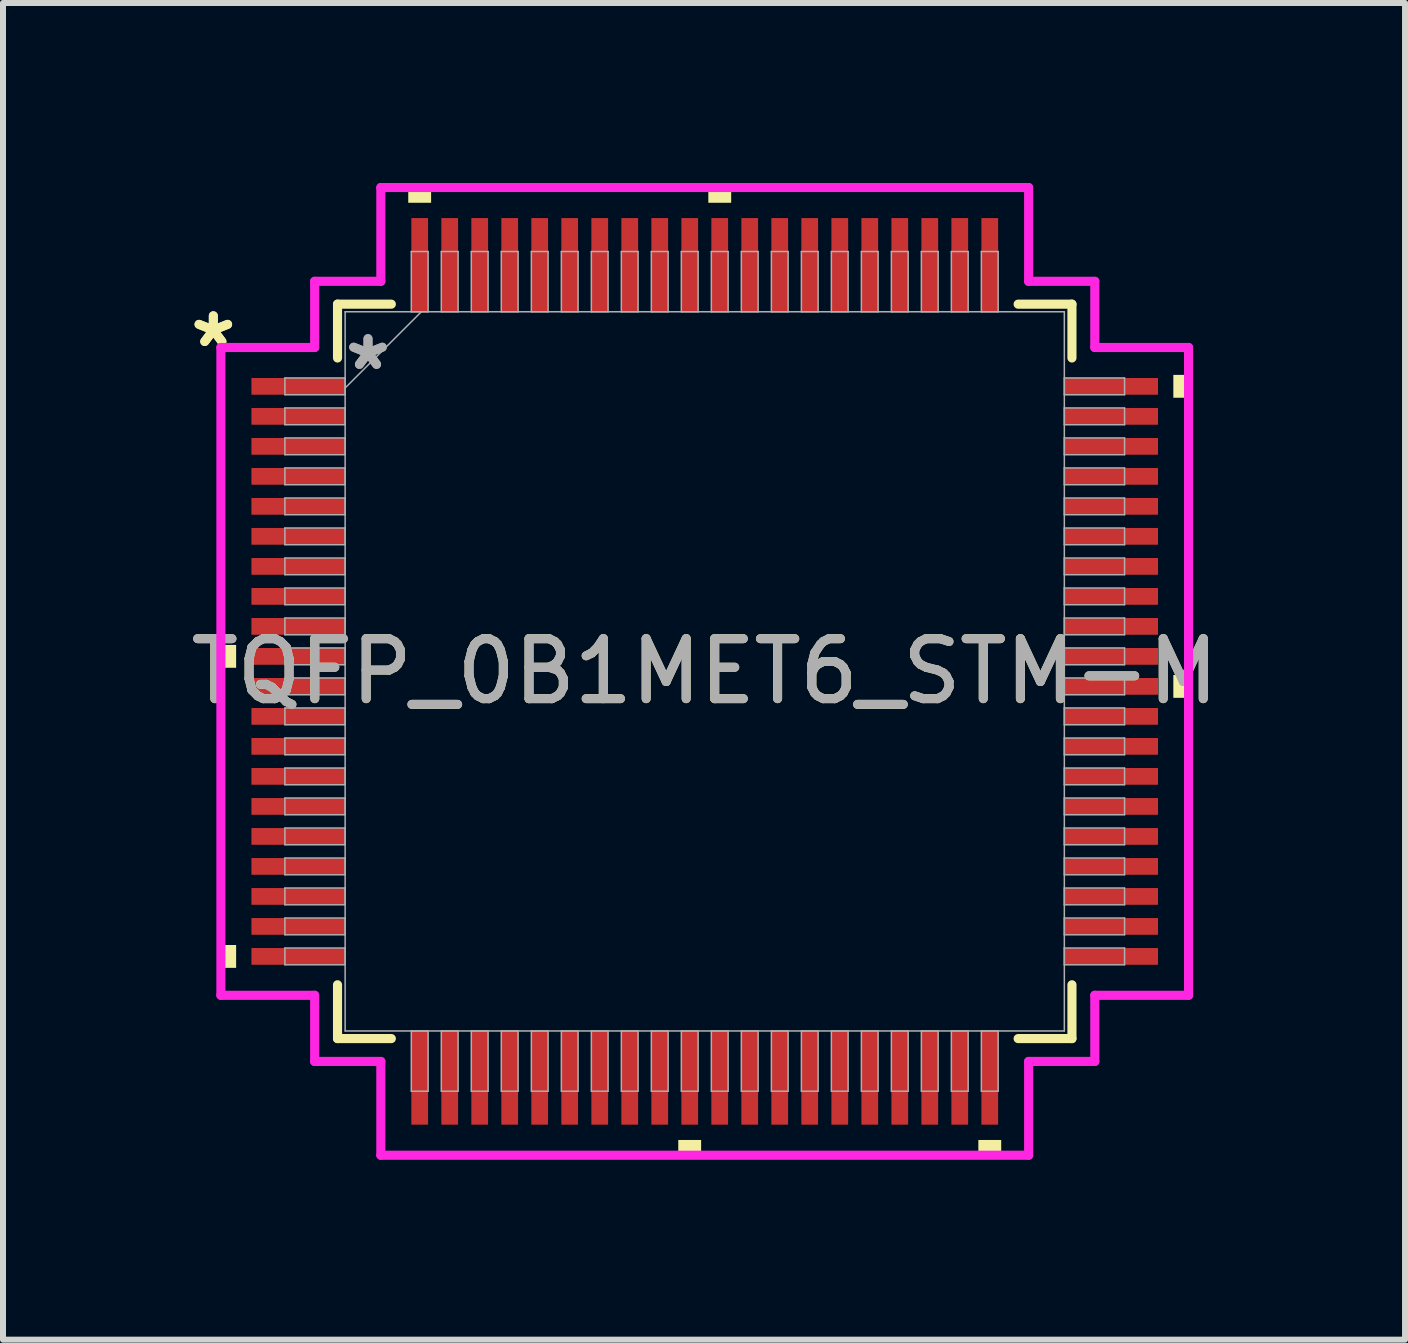
<source format=kicad_pcb>
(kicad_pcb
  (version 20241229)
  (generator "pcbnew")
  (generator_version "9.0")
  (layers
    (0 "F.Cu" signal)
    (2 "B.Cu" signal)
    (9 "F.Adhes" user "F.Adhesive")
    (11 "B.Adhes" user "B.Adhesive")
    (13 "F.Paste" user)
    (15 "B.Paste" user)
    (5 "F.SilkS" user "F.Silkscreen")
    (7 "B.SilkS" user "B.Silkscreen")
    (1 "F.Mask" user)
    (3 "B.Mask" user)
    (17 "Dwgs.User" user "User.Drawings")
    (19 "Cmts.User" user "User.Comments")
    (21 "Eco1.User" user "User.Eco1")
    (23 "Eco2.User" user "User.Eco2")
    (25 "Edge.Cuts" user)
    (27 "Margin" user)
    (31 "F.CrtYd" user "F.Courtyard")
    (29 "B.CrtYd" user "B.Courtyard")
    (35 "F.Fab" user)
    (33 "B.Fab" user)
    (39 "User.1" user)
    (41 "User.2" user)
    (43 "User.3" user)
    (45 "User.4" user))
  (footprint "TQFP_0B1MET6_STM-M"
    (layer "F.Cu")
    (at 8.697 8.141)
    (property "Reference" "TQFP_0B1MET6_STM-M" (at 0 0 0) (unlocked yes) (layer "F.SilkS") (effects (font (size 1 1) (thickness 0.15))))
    (attr smd)
    (fp_line (start -6.121 -6.121) (end -6.121 -5.224) (stroke (width 0.152) (type solid)) (layer "F.SilkS"))
    (fp_line (start -6.121 5.224) (end -6.121 6.121) (stroke (width 0.152) (type solid)) (layer "F.SilkS"))
    (fp_line (start -6.121 6.121) (end -5.224 6.121) (stroke (width 0.152) (type solid)) (layer "F.SilkS"))
    (fp_line (start -5.224 -6.121) (end -6.121 -6.121) (stroke (width 0.152) (type solid)) (layer "F.SilkS"))
    (fp_line (start 5.224 6.121) (end 6.121 6.121) (stroke (width 0.152) (type solid)) (layer "F.SilkS"))
    (fp_line (start 6.121 -6.121) (end 5.224 -6.121) (stroke (width 0.152) (type solid)) (layer "F.SilkS"))
    (fp_line (start 6.121 -5.224) (end 6.121 -6.121) (stroke (width 0.152) (type solid)) (layer "F.SilkS"))
    (fp_line (start 6.121 6.121) (end 6.121 5.224) (stroke (width 0.152) (type solid)) (layer "F.SilkS"))
    (fp_poly (pts (xy -8.065 -0.441) (xy -8.065 -0.06) (xy -7.811 -0.06) (xy -7.811 -0.441)) (stroke (width 0) (type solid)) (fill yes) (layer "F.SilkS"))
    (fp_poly (pts (xy -8.065 4.561) (xy -8.065 4.942) (xy -7.811 4.942) (xy -7.811 4.561)) (stroke (width 0) (type solid)) (fill yes) (layer "F.SilkS"))
    (fp_poly (pts (xy -4.942 -7.811) (xy -4.942 -8.065) (xy -4.561 -8.065) (xy -4.561 -7.811)) (stroke (width 0) (type solid)) (fill yes) (layer "F.SilkS"))
    (fp_poly (pts (xy -0.441 7.811) (xy -0.441 8.065) (xy -0.06 8.065) (xy -0.06 7.811)) (stroke (width 0) (type solid)) (fill yes) (layer "F.SilkS"))
    (fp_poly (pts (xy 0.06 -7.811) (xy 0.06 -8.065) (xy 0.441 -8.065) (xy 0.441 -7.811)) (stroke (width 0) (type solid)) (fill yes) (layer "F.SilkS"))
    (fp_poly (pts (xy 4.561 7.811) (xy 4.561 8.065) (xy 4.942 8.065) (xy 4.942 7.811)) (stroke (width 0) (type solid)) (fill yes) (layer "F.SilkS"))
    (fp_poly (pts (xy 8.065 -4.942) (xy 8.065 -4.561) (xy 7.811 -4.561) (xy 7.811 -4.942)) (stroke (width 0) (type solid)) (fill yes) (layer "F.SilkS"))
    (fp_poly (pts (xy 8.065 0.06) (xy 8.065 0.441) (xy 7.811 0.441) (xy 7.811 0.06)) (stroke (width 0) (type solid)) (fill yes) (layer "F.SilkS"))
    (fp_line (start -8.065 -5.399) (end -6.502 -5.399) (stroke (width 0.152) (type solid)) (layer "F.CrtYd"))
    (fp_line (start -8.065 5.399) (end -8.065 -5.399) (stroke (width 0.152) (type solid)) (layer "F.CrtYd"))
    (fp_line (start -6.502 -6.502) (end -5.399 -6.502) (stroke (width 0.152) (type solid)) (layer "F.CrtYd"))
    (fp_line (start -6.502 -5.399) (end -6.502 -6.502) (stroke (width 0.152) (type solid)) (layer "F.CrtYd"))
    (fp_line (start -6.502 5.399) (end -8.065 5.399) (stroke (width 0.152) (type solid)) (layer "F.CrtYd"))
    (fp_line (start -6.502 6.502) (end -6.502 5.399) (stroke (width 0.152) (type solid)) (layer "F.CrtYd"))
    (fp_line (start -6.502 6.502) (end -5.399 6.502) (stroke (width 0.152) (type solid)) (layer "F.CrtYd"))
    (fp_line (start -5.399 -8.065) (end 5.399 -8.065) (stroke (width 0.152) (type solid)) (layer "F.CrtYd"))
    (fp_line (start -5.399 -6.502) (end -5.399 -8.065) (stroke (width 0.152) (type solid)) (layer "F.CrtYd"))
    (fp_line (start -5.399 6.502) (end -5.399 8.065) (stroke (width 0.152) (type solid)) (layer "F.CrtYd"))
    (fp_line (start -5.399 8.065) (end 5.399 8.065) (stroke (width 0.152) (type solid)) (layer "F.CrtYd"))
    (fp_line (start 5.399 -8.065) (end 5.399 -6.502) (stroke (width 0.152) (type solid)) (layer "F.CrtYd"))
    (fp_line (start 5.399 -6.502) (end 6.502 -6.502) (stroke (width 0.152) (type solid)) (layer "F.CrtYd"))
    (fp_line (start 5.399 6.502) (end 6.502 6.502) (stroke (width 0.152) (type solid)) (layer "F.CrtYd"))
    (fp_line (start 5.399 8.065) (end 5.399 6.502) (stroke (width 0.152) (type solid)) (layer "F.CrtYd"))
    (fp_line (start 6.502 -5.399) (end 6.502 -6.502) (stroke (width 0.152) (type solid)) (layer "F.CrtYd"))
    (fp_line (start 6.502 5.399) (end 8.065 5.399) (stroke (width 0.152) (type solid)) (layer "F.CrtYd"))
    (fp_line (start 6.502 6.502) (end 6.502 5.399) (stroke (width 0.152) (type solid)) (layer "F.CrtYd"))
    (fp_line (start 8.065 -5.399) (end 6.502 -5.399) (stroke (width 0.152) (type solid)) (layer "F.CrtYd"))
    (fp_line (start 8.065 5.399) (end 8.065 -5.399) (stroke (width 0.152) (type solid)) (layer "F.CrtYd"))
    (fp_line (start -6.998 -4.891) (end -6.998 -4.611) (stroke (width 0.025) (type solid)) (layer "F.Fab"))
    (fp_line (start -6.998 -4.611) (end -5.994 -4.611) (stroke (width 0.025) (type solid)) (layer "F.Fab"))
    (fp_line (start -6.998 -4.391) (end -6.998 -4.111) (stroke (width 0.025) (type solid)) (layer "F.Fab"))
    (fp_line (start -6.998 -4.111) (end -5.994 -4.111) (stroke (width 0.025) (type solid)) (layer "F.Fab"))
    (fp_line (start -6.998 -3.891) (end -6.998 -3.611) (stroke (width 0.025) (type solid)) (layer "F.Fab"))
    (fp_line (start -6.998 -3.611) (end -5.994 -3.611) (stroke (width 0.025) (type solid)) (layer "F.Fab"))
    (fp_line (start -6.998 -3.391) (end -6.998 -3.111) (stroke (width 0.025) (type solid)) (layer "F.Fab"))
    (fp_line (start -6.998 -3.111) (end -5.994 -3.111) (stroke (width 0.025) (type solid)) (layer "F.Fab"))
    (fp_line (start -6.998 -2.89) (end -6.998 -2.611) (stroke (width 0.025) (type solid)) (layer "F.Fab"))
    (fp_line (start -6.998 -2.611) (end -5.994 -2.611) (stroke (width 0.025) (type solid)) (layer "F.Fab"))
    (fp_line (start -6.998 -2.39) (end -6.998 -2.111) (stroke (width 0.025) (type solid)) (layer "F.Fab"))
    (fp_line (start -6.998 -2.111) (end -5.994 -2.111) (stroke (width 0.025) (type solid)) (layer "F.Fab"))
    (fp_line (start -6.998 -1.89) (end -6.998 -1.611) (stroke (width 0.025) (type solid)) (layer "F.Fab"))
    (fp_line (start -6.998 -1.611) (end -5.994 -1.611) (stroke (width 0.025) (type solid)) (layer "F.Fab"))
    (fp_line (start -6.998 -1.39) (end -6.998 -1.111) (stroke (width 0.025) (type solid)) (layer "F.Fab"))
    (fp_line (start -6.998 -1.111) (end -5.994 -1.111) (stroke (width 0.025) (type solid)) (layer "F.Fab"))
    (fp_line (start -6.998 -0.89) (end -6.998 -0.61) (stroke (width 0.025) (type solid)) (layer "F.Fab"))
    (fp_line (start -6.998 -0.61) (end -5.994 -0.61) (stroke (width 0.025) (type solid)) (layer "F.Fab"))
    (fp_line (start -6.998 -0.39) (end -6.998 -0.11) (stroke (width 0.025) (type solid)) (layer "F.Fab"))
    (fp_line (start -6.998 -0.11) (end -5.994 -0.11) (stroke (width 0.025) (type solid)) (layer "F.Fab"))
    (fp_line (start -6.998 0.11) (end -6.998 0.39) (stroke (width 0.025) (type solid)) (layer "F.Fab"))
    (fp_line (start -6.998 0.39) (end -5.994 0.39) (stroke (width 0.025) (type solid)) (layer "F.Fab"))
    (fp_line (start -6.998 0.61) (end -6.998 0.89) (stroke (width 0.025) (type solid)) (layer "F.Fab"))
    (fp_line (start -6.998 0.89) (end -5.994 0.89) (stroke (width 0.025) (type solid)) (layer "F.Fab"))
    (fp_line (start -6.998 1.111) (end -6.998 1.39) (stroke (width 0.025) (type solid)) (layer "F.Fab"))
    (fp_line (start -6.998 1.39) (end -5.994 1.39) (stroke (width 0.025) (type solid)) (layer "F.Fab"))
    (fp_line (start -6.998 1.611) (end -6.998 1.89) (stroke (width 0.025) (type solid)) (layer "F.Fab"))
    (fp_line (start -6.998 1.89) (end -5.994 1.89) (stroke (width 0.025) (type solid)) (layer "F.Fab"))
    (fp_line (start -6.998 2.111) (end -6.998 2.39) (stroke (width 0.025) (type solid)) (layer "F.Fab"))
    (fp_line (start -6.998 2.39) (end -5.994 2.39) (stroke (width 0.025) (type solid)) (layer "F.Fab"))
    (fp_line (start -6.998 2.611) (end -6.998 2.89) (stroke (width 0.025) (type solid)) (layer "F.Fab"))
    (fp_line (start -6.998 2.89) (end -5.994 2.89) (stroke (width 0.025) (type solid)) (layer "F.Fab"))
    (fp_line (start -6.998 3.111) (end -6.998 3.391) (stroke (width 0.025) (type solid)) (layer "F.Fab"))
    (fp_line (start -6.998 3.391) (end -5.994 3.391) (stroke (width 0.025) (type solid)) (layer "F.Fab"))
    (fp_line (start -6.998 3.611) (end -6.998 3.891) (stroke (width 0.025) (type solid)) (layer "F.Fab"))
    (fp_line (start -6.998 3.891) (end -5.994 3.891) (stroke (width 0.025) (type solid)) (layer "F.Fab"))
    (fp_line (start -6.998 4.111) (end -6.998 4.391) (stroke (width 0.025) (type solid)) (layer "F.Fab"))
    (fp_line (start -6.998 4.391) (end -5.994 4.391) (stroke (width 0.025) (type solid)) (layer "F.Fab"))
    (fp_line (start -6.998 4.611) (end -6.998 4.891) (stroke (width 0.025) (type solid)) (layer "F.Fab"))
    (fp_line (start -6.998 4.891) (end -5.994 4.891) (stroke (width 0.025) (type solid)) (layer "F.Fab"))
    (fp_line (start -5.994 -5.994) (end -5.994 5.994) (stroke (width 0.025) (type solid)) (layer "F.Fab"))
    (fp_line (start -5.994 -4.891) (end -6.998 -4.891) (stroke (width 0.025) (type solid)) (layer "F.Fab"))
    (fp_line (start -5.994 -4.724) (end -4.724 -5.994) (stroke (width 0.025) (type solid)) (layer "F.Fab"))
    (fp_line (start -5.994 -4.611) (end -5.994 -4.891) (stroke (width 0.025) (type solid)) (layer "F.Fab"))
    (fp_line (start -5.994 -4.391) (end -6.998 -4.391) (stroke (width 0.025) (type solid)) (layer "F.Fab"))
    (fp_line (start -5.994 -4.111) (end -5.994 -4.391) (stroke (width 0.025) (type solid)) (layer "F.Fab"))
    (fp_line (start -5.994 -3.891) (end -6.998 -3.891) (stroke (width 0.025) (type solid)) (layer "F.Fab"))
    (fp_line (start -5.994 -3.611) (end -5.994 -3.891) (stroke (width 0.025) (type solid)) (layer "F.Fab"))
    (fp_line (start -5.994 -3.391) (end -6.998 -3.391) (stroke (width 0.025) (type solid)) (layer "F.Fab"))
    (fp_line (start -5.994 -3.111) (end -5.994 -3.391) (stroke (width 0.025) (type solid)) (layer "F.Fab"))
    (fp_line (start -5.994 -2.89) (end -6.998 -2.89) (stroke (width 0.025) (type solid)) (layer "F.Fab"))
    (fp_line (start -5.994 -2.611) (end -5.994 -2.89) (stroke (width 0.025) (type solid)) (layer "F.Fab"))
    (fp_line (start -5.994 -2.39) (end -6.998 -2.39) (stroke (width 0.025) (type solid)) (layer "F.Fab"))
    (fp_line (start -5.994 -2.111) (end -5.994 -2.39) (stroke (width 0.025) (type solid)) (layer "F.Fab"))
    (fp_line (start -5.994 -1.89) (end -6.998 -1.89) (stroke (width 0.025) (type solid)) (layer "F.Fab"))
    (fp_line (start -5.994 -1.611) (end -5.994 -1.89) (stroke (width 0.025) (type solid)) (layer "F.Fab"))
    (fp_line (start -5.994 -1.39) (end -6.998 -1.39) (stroke (width 0.025) (type solid)) (layer "F.Fab"))
    (fp_line (start -5.994 -1.111) (end -5.994 -1.39) (stroke (width 0.025) (type solid)) (layer "F.Fab"))
    (fp_line (start -5.994 -0.89) (end -6.998 -0.89) (stroke (width 0.025) (type solid)) (layer "F.Fab"))
    (fp_line (start -5.994 -0.61) (end -5.994 -0.89) (stroke (width 0.025) (type solid)) (layer "F.Fab"))
    (fp_line (start -5.994 -0.39) (end -6.998 -0.39) (stroke (width 0.025) (type solid)) (layer "F.Fab"))
    (fp_line (start -5.994 -0.11) (end -5.994 -0.39) (stroke (width 0.025) (type solid)) (layer "F.Fab"))
    (fp_line (start -5.994 0.11) (end -6.998 0.11) (stroke (width 0.025) (type solid)) (layer "F.Fab"))
    (fp_line (start -5.994 0.39) (end -5.994 0.11) (stroke (width 0.025) (type solid)) (layer "F.Fab"))
    (fp_line (start -5.994 0.61) (end -6.998 0.61) (stroke (width 0.025) (type solid)) (layer "F.Fab"))
    (fp_line (start -5.994 0.89) (end -5.994 0.61) (stroke (width 0.025) (type solid)) (layer "F.Fab"))
    (fp_line (start -5.994 1.111) (end -6.998 1.111) (stroke (width 0.025) (type solid)) (layer "F.Fab"))
    (fp_line (start -5.994 1.39) (end -5.994 1.111) (stroke (width 0.025) (type solid)) (layer "F.Fab"))
    (fp_line (start -5.994 1.611) (end -6.998 1.611) (stroke (width 0.025) (type solid)) (layer "F.Fab"))
    (fp_line (start -5.994 1.89) (end -5.994 1.611) (stroke (width 0.025) (type solid)) (layer "F.Fab"))
    (fp_line (start -5.994 2.111) (end -6.998 2.111) (stroke (width 0.025) (type solid)) (layer "F.Fab"))
    (fp_line (start -5.994 2.39) (end -5.994 2.111) (stroke (width 0.025) (type solid)) (layer "F.Fab"))
    (fp_line (start -5.994 2.611) (end -6.998 2.611) (stroke (width 0.025) (type solid)) (layer "F.Fab"))
    (fp_line (start -5.994 2.89) (end -5.994 2.611) (stroke (width 0.025) (type solid)) (layer "F.Fab"))
    (fp_line (start -5.994 3.111) (end -6.998 3.111) (stroke (width 0.025) (type solid)) (layer "F.Fab"))
    (fp_line (start -5.994 3.391) (end -5.994 3.111) (stroke (width 0.025) (type solid)) (layer "F.Fab"))
    (fp_line (start -5.994 3.611) (end -6.998 3.611) (stroke (width 0.025) (type solid)) (layer "F.Fab"))
    (fp_line (start -5.994 3.891) (end -5.994 3.611) (stroke (width 0.025) (type solid)) (layer "F.Fab"))
    (fp_line (start -5.994 4.111) (end -6.998 4.111) (stroke (width 0.025) (type solid)) (layer "F.Fab"))
    (fp_line (start -5.994 4.391) (end -5.994 4.111) (stroke (width 0.025) (type solid)) (layer "F.Fab"))
    (fp_line (start -5.994 4.611) (end -6.998 4.611) (stroke (width 0.025) (type solid)) (layer "F.Fab"))
    (fp_line (start -5.994 4.891) (end -5.994 4.611) (stroke (width 0.025) (type solid)) (layer "F.Fab"))
    (fp_line (start -5.994 5.994) (end 5.994 5.994) (stroke (width 0.025) (type solid)) (layer "F.Fab"))
    (fp_line (start -4.891 -6.998) (end -4.891 -5.994) (stroke (width 0.025) (type solid)) (layer "F.Fab"))
    (fp_line (start -4.891 -5.994) (end -4.611 -5.994) (stroke (width 0.025) (type solid)) (layer "F.Fab"))
    (fp_line (start -4.891 5.994) (end -4.891 6.998) (stroke (width 0.025) (type solid)) (layer "F.Fab"))
    (fp_line (start -4.891 6.998) (end -4.611 6.998) (stroke (width 0.025) (type solid)) (layer "F.Fab"))
    (fp_line (start -4.611 -6.998) (end -4.891 -6.998) (stroke (width 0.025) (type solid)) (layer "F.Fab"))
    (fp_line (start -4.611 -5.994) (end -4.611 -6.998) (stroke (width 0.025) (type solid)) (layer "F.Fab"))
    (fp_line (start -4.611 5.994) (end -4.891 5.994) (stroke (width 0.025) (type solid)) (layer "F.Fab"))
    (fp_line (start -4.611 6.998) (end -4.611 5.994) (stroke (width 0.025) (type solid)) (layer "F.Fab"))
    (fp_line (start -4.391 -6.998) (end -4.391 -5.994) (stroke (width 0.025) (type solid)) (layer "F.Fab"))
    (fp_line (start -4.391 -5.994) (end -4.111 -5.994) (stroke (width 0.025) (type solid)) (layer "F.Fab"))
    (fp_line (start -4.391 5.994) (end -4.391 6.998) (stroke (width 0.025) (type solid)) (layer "F.Fab"))
    (fp_line (start -4.391 6.998) (end -4.111 6.998) (stroke (width 0.025) (type solid)) (layer "F.Fab"))
    (fp_line (start -4.111 -6.998) (end -4.391 -6.998) (stroke (width 0.025) (type solid)) (layer "F.Fab"))
    (fp_line (start -4.111 -5.994) (end -4.111 -6.998) (stroke (width 0.025) (type solid)) (layer "F.Fab"))
    (fp_line (start -4.111 5.994) (end -4.391 5.994) (stroke (width 0.025) (type solid)) (layer "F.Fab"))
    (fp_line (start -4.111 6.998) (end -4.111 5.994) (stroke (width 0.025) (type solid)) (layer "F.Fab"))
    (fp_line (start -3.891 -6.998) (end -3.891 -5.994) (stroke (width 0.025) (type solid)) (layer "F.Fab"))
    (fp_line (start -3.891 -5.994) (end -3.611 -5.994) (stroke (width 0.025) (type solid)) (layer "F.Fab"))
    (fp_line (start -3.891 5.994) (end -3.891 6.998) (stroke (width 0.025) (type solid)) (layer "F.Fab"))
    (fp_line (start -3.891 6.998) (end -3.611 6.998) (stroke (width 0.025) (type solid)) (layer "F.Fab"))
    (fp_line (start -3.611 -6.998) (end -3.891 -6.998) (stroke (width 0.025) (type solid)) (layer "F.Fab"))
    (fp_line (start -3.611 -5.994) (end -3.611 -6.998) (stroke (width 0.025) (type solid)) (layer "F.Fab"))
    (fp_line (start -3.611 5.994) (end -3.891 5.994) (stroke (width 0.025) (type solid)) (layer "F.Fab"))
    (fp_line (start -3.611 6.998) (end -3.611 5.994) (stroke (width 0.025) (type solid)) (layer "F.Fab"))
    (fp_line (start -3.391 -6.998) (end -3.391 -5.994) (stroke (width 0.025) (type solid)) (layer "F.Fab"))
    (fp_line (start -3.391 -5.994) (end -3.111 -5.994) (stroke (width 0.025) (type solid)) (layer "F.Fab"))
    (fp_line (start -3.391 5.994) (end -3.391 6.998) (stroke (width 0.025) (type solid)) (layer "F.Fab"))
    (fp_line (start -3.391 6.998) (end -3.111 6.998) (stroke (width 0.025) (type solid)) (layer "F.Fab"))
    (fp_line (start -3.111 -6.998) (end -3.391 -6.998) (stroke (width 0.025) (type solid)) (layer "F.Fab"))
    (fp_line (start -3.111 -5.994) (end -3.111 -6.998) (stroke (width 0.025) (type solid)) (layer "F.Fab"))
    (fp_line (start -3.111 5.994) (end -3.391 5.994) (stroke (width 0.025) (type solid)) (layer "F.Fab"))
    (fp_line (start -3.111 6.998) (end -3.111 5.994) (stroke (width 0.025) (type solid)) (layer "F.Fab"))
    (fp_line (start -2.89 -6.998) (end -2.89 -5.994) (stroke (width 0.025) (type solid)) (layer "F.Fab"))
    (fp_line (start -2.89 -5.994) (end -2.611 -5.994) (stroke (width 0.025) (type solid)) (layer "F.Fab"))
    (fp_line (start -2.89 5.994) (end -2.89 6.998) (stroke (width 0.025) (type solid)) (layer "F.Fab"))
    (fp_line (start -2.89 6.998) (end -2.611 6.998) (stroke (width 0.025) (type solid)) (layer "F.Fab"))
    (fp_line (start -2.611 -6.998) (end -2.89 -6.998) (stroke (width 0.025) (type solid)) (layer "F.Fab"))
    (fp_line (start -2.611 -5.994) (end -2.611 -6.998) (stroke (width 0.025) (type solid)) (layer "F.Fab"))
    (fp_line (start -2.611 5.994) (end -2.89 5.994) (stroke (width 0.025) (type solid)) (layer "F.Fab"))
    (fp_line (start -2.611 6.998) (end -2.611 5.994) (stroke (width 0.025) (type solid)) (layer "F.Fab"))
    (fp_line (start -2.39 -6.998) (end -2.39 -5.994) (stroke (width 0.025) (type solid)) (layer "F.Fab"))
    (fp_line (start -2.39 -5.994) (end -2.111 -5.994) (stroke (width 0.025) (type solid)) (layer "F.Fab"))
    (fp_line (start -2.39 5.994) (end -2.39 6.998) (stroke (width 0.025) (type solid)) (layer "F.Fab"))
    (fp_line (start -2.39 6.998) (end -2.111 6.998) (stroke (width 0.025) (type solid)) (layer "F.Fab"))
    (fp_line (start -2.111 -6.998) (end -2.39 -6.998) (stroke (width 0.025) (type solid)) (layer "F.Fab"))
    (fp_line (start -2.111 -5.994) (end -2.111 -6.998) (stroke (width 0.025) (type solid)) (layer "F.Fab"))
    (fp_line (start -2.111 5.994) (end -2.39 5.994) (stroke (width 0.025) (type solid)) (layer "F.Fab"))
    (fp_line (start -2.111 6.998) (end -2.111 5.994) (stroke (width 0.025) (type solid)) (layer "F.Fab"))
    (fp_line (start -1.89 -6.998) (end -1.89 -5.994) (stroke (width 0.025) (type solid)) (layer "F.Fab"))
    (fp_line (start -1.89 -5.994) (end -1.611 -5.994) (stroke (width 0.025) (type solid)) (layer "F.Fab"))
    (fp_line (start -1.89 5.994) (end -1.89 6.998) (stroke (width 0.025) (type solid)) (layer "F.Fab"))
    (fp_line (start -1.89 6.998) (end -1.611 6.998) (stroke (width 0.025) (type solid)) (layer "F.Fab"))
    (fp_line (start -1.611 -6.998) (end -1.89 -6.998) (stroke (width 0.025) (type solid)) (layer "F.Fab"))
    (fp_line (start -1.611 -5.994) (end -1.611 -6.998) (stroke (width 0.025) (type solid)) (layer "F.Fab"))
    (fp_line (start -1.611 5.994) (end -1.89 5.994) (stroke (width 0.025) (type solid)) (layer "F.Fab"))
    (fp_line (start -1.611 6.998) (end -1.611 5.994) (stroke (width 0.025) (type solid)) (layer "F.Fab"))
    (fp_line (start -1.39 -6.998) (end -1.39 -5.994) (stroke (width 0.025) (type solid)) (layer "F.Fab"))
    (fp_line (start -1.39 -5.994) (end -1.111 -5.994) (stroke (width 0.025) (type solid)) (layer "F.Fab"))
    (fp_line (start -1.39 5.994) (end -1.39 6.998) (stroke (width 0.025) (type solid)) (layer "F.Fab"))
    (fp_line (start -1.39 6.998) (end -1.111 6.998) (stroke (width 0.025) (type solid)) (layer "F.Fab"))
    (fp_line (start -1.111 -6.998) (end -1.39 -6.998) (stroke (width 0.025) (type solid)) (layer "F.Fab"))
    (fp_line (start -1.111 -5.994) (end -1.111 -6.998) (stroke (width 0.025) (type solid)) (layer "F.Fab"))
    (fp_line (start -1.111 5.994) (end -1.39 5.994) (stroke (width 0.025) (type solid)) (layer "F.Fab"))
    (fp_line (start -1.111 6.998) (end -1.111 5.994) (stroke (width 0.025) (type solid)) (layer "F.Fab"))
    (fp_line (start -0.89 -6.998) (end -0.89 -5.994) (stroke (width 0.025) (type solid)) (layer "F.Fab"))
    (fp_line (start -0.89 -5.994) (end -0.61 -5.994) (stroke (width 0.025) (type solid)) (layer "F.Fab"))
    (fp_line (start -0.89 5.994) (end -0.89 6.998) (stroke (width 0.025) (type solid)) (layer "F.Fab"))
    (fp_line (start -0.89 6.998) (end -0.61 6.998) (stroke (width 0.025) (type solid)) (layer "F.Fab"))
    (fp_line (start -0.61 -6.998) (end -0.89 -6.998) (stroke (width 0.025) (type solid)) (layer "F.Fab"))
    (fp_line (start -0.61 -5.994) (end -0.61 -6.998) (stroke (width 0.025) (type solid)) (layer "F.Fab"))
    (fp_line (start -0.61 5.994) (end -0.89 5.994) (stroke (width 0.025) (type solid)) (layer "F.Fab"))
    (fp_line (start -0.61 6.998) (end -0.61 5.994) (stroke (width 0.025) (type solid)) (layer "F.Fab"))
    (fp_line (start -0.39 -6.998) (end -0.39 -5.994) (stroke (width 0.025) (type solid)) (layer "F.Fab"))
    (fp_line (start -0.39 -5.994) (end -0.11 -5.994) (stroke (width 0.025) (type solid)) (layer "F.Fab"))
    (fp_line (start -0.39 5.994) (end -0.39 6.998) (stroke (width 0.025) (type solid)) (layer "F.Fab"))
    (fp_line (start -0.39 6.998) (end -0.11 6.998) (stroke (width 0.025) (type solid)) (layer "F.Fab"))
    (fp_line (start -0.11 -6.998) (end -0.39 -6.998) (stroke (width 0.025) (type solid)) (layer "F.Fab"))
    (fp_line (start -0.11 -5.994) (end -0.11 -6.998) (stroke (width 0.025) (type solid)) (layer "F.Fab"))
    (fp_line (start -0.11 5.994) (end -0.39 5.994) (stroke (width 0.025) (type solid)) (layer "F.Fab"))
    (fp_line (start -0.11 6.998) (end -0.11 5.994) (stroke (width 0.025) (type solid)) (layer "F.Fab"))
    (fp_line (start 0.11 -6.998) (end 0.11 -5.994) (stroke (width 0.025) (type solid)) (layer "F.Fab"))
    (fp_line (start 0.11 -5.994) (end 0.39 -5.994) (stroke (width 0.025) (type solid)) (layer "F.Fab"))
    (fp_line (start 0.11 5.994) (end 0.11 6.998) (stroke (width 0.025) (type solid)) (layer "F.Fab"))
    (fp_line (start 0.11 6.998) (end 0.39 6.998) (stroke (width 0.025) (type solid)) (layer "F.Fab"))
    (fp_line (start 0.39 -6.998) (end 0.11 -6.998) (stroke (width 0.025) (type solid)) (layer "F.Fab"))
    (fp_line (start 0.39 -5.994) (end 0.39 -6.998) (stroke (width 0.025) (type solid)) (layer "F.Fab"))
    (fp_line (start 0.39 5.994) (end 0.11 5.994) (stroke (width 0.025) (type solid)) (layer "F.Fab"))
    (fp_line (start 0.39 6.998) (end 0.39 5.994) (stroke (width 0.025) (type solid)) (layer "F.Fab"))
    (fp_line (start 0.61 -6.998) (end 0.61 -5.994) (stroke (width 0.025) (type solid)) (layer "F.Fab"))
    (fp_line (start 0.61 -5.994) (end 0.89 -5.994) (stroke (width 0.025) (type solid)) (layer "F.Fab"))
    (fp_line (start 0.61 5.994) (end 0.61 6.998) (stroke (width 0.025) (type solid)) (layer "F.Fab"))
    (fp_line (start 0.61 6.998) (end 0.89 6.998) (stroke (width 0.025) (type solid)) (layer "F.Fab"))
    (fp_line (start 0.89 -6.998) (end 0.61 -6.998) (stroke (width 0.025) (type solid)) (layer "F.Fab"))
    (fp_line (start 0.89 -5.994) (end 0.89 -6.998) (stroke (width 0.025) (type solid)) (layer "F.Fab"))
    (fp_line (start 0.89 5.994) (end 0.61 5.994) (stroke (width 0.025) (type solid)) (layer "F.Fab"))
    (fp_line (start 0.89 6.998) (end 0.89 5.994) (stroke (width 0.025) (type solid)) (layer "F.Fab"))
    (fp_line (start 1.111 -6.998) (end 1.111 -5.994) (stroke (width 0.025) (type solid)) (layer "F.Fab"))
    (fp_line (start 1.111 -5.994) (end 1.39 -5.994) (stroke (width 0.025) (type solid)) (layer "F.Fab"))
    (fp_line (start 1.111 5.994) (end 1.111 6.998) (stroke (width 0.025) (type solid)) (layer "F.Fab"))
    (fp_line (start 1.111 6.998) (end 1.39 6.998) (stroke (width 0.025) (type solid)) (layer "F.Fab"))
    (fp_line (start 1.39 -6.998) (end 1.111 -6.998) (stroke (width 0.025) (type solid)) (layer "F.Fab"))
    (fp_line (start 1.39 -5.994) (end 1.39 -6.998) (stroke (width 0.025) (type solid)) (layer "F.Fab"))
    (fp_line (start 1.39 5.994) (end 1.111 5.994) (stroke (width 0.025) (type solid)) (layer "F.Fab"))
    (fp_line (start 1.39 6.998) (end 1.39 5.994) (stroke (width 0.025) (type solid)) (layer "F.Fab"))
    (fp_line (start 1.611 -6.998) (end 1.611 -5.994) (stroke (width 0.025) (type solid)) (layer "F.Fab"))
    (fp_line (start 1.611 -5.994) (end 1.89 -5.994) (stroke (width 0.025) (type solid)) (layer "F.Fab"))
    (fp_line (start 1.611 5.994) (end 1.611 6.998) (stroke (width 0.025) (type solid)) (layer "F.Fab"))
    (fp_line (start 1.611 6.998) (end 1.89 6.998) (stroke (width 0.025) (type solid)) (layer "F.Fab"))
    (fp_line (start 1.89 -6.998) (end 1.611 -6.998) (stroke (width 0.025) (type solid)) (layer "F.Fab"))
    (fp_line (start 1.89 -5.994) (end 1.89 -6.998) (stroke (width 0.025) (type solid)) (layer "F.Fab"))
    (fp_line (start 1.89 5.994) (end 1.611 5.994) (stroke (width 0.025) (type solid)) (layer "F.Fab"))
    (fp_line (start 1.89 6.998) (end 1.89 5.994) (stroke (width 0.025) (type solid)) (layer "F.Fab"))
    (fp_line (start 2.111 -6.998) (end 2.111 -5.994) (stroke (width 0.025) (type solid)) (layer "F.Fab"))
    (fp_line (start 2.111 -5.994) (end 2.39 -5.994) (stroke (width 0.025) (type solid)) (layer "F.Fab"))
    (fp_line (start 2.111 5.994) (end 2.111 6.998) (stroke (width 0.025) (type solid)) (layer "F.Fab"))
    (fp_line (start 2.111 6.998) (end 2.39 6.998) (stroke (width 0.025) (type solid)) (layer "F.Fab"))
    (fp_line (start 2.39 -6.998) (end 2.111 -6.998) (stroke (width 0.025) (type solid)) (layer "F.Fab"))
    (fp_line (start 2.39 -5.994) (end 2.39 -6.998) (stroke (width 0.025) (type solid)) (layer "F.Fab"))
    (fp_line (start 2.39 5.994) (end 2.111 5.994) (stroke (width 0.025) (type solid)) (layer "F.Fab"))
    (fp_line (start 2.39 6.998) (end 2.39 5.994) (stroke (width 0.025) (type solid)) (layer "F.Fab"))
    (fp_line (start 2.611 -6.998) (end 2.611 -5.994) (stroke (width 0.025) (type solid)) (layer "F.Fab"))
    (fp_line (start 2.611 -5.994) (end 2.89 -5.994) (stroke (width 0.025) (type solid)) (layer "F.Fab"))
    (fp_line (start 2.611 5.994) (end 2.611 6.998) (stroke (width 0.025) (type solid)) (layer "F.Fab"))
    (fp_line (start 2.611 6.998) (end 2.89 6.998) (stroke (width 0.025) (type solid)) (layer "F.Fab"))
    (fp_line (start 2.89 -6.998) (end 2.611 -6.998) (stroke (width 0.025) (type solid)) (layer "F.Fab"))
    (fp_line (start 2.89 -5.994) (end 2.89 -6.998) (stroke (width 0.025) (type solid)) (layer "F.Fab"))
    (fp_line (start 2.89 5.994) (end 2.611 5.994) (stroke (width 0.025) (type solid)) (layer "F.Fab"))
    (fp_line (start 2.89 6.998) (end 2.89 5.994) (stroke (width 0.025) (type solid)) (layer "F.Fab"))
    (fp_line (start 3.111 -6.998) (end 3.111 -5.994) (stroke (width 0.025) (type solid)) (layer "F.Fab"))
    (fp_line (start 3.111 -5.994) (end 3.391 -5.994) (stroke (width 0.025) (type solid)) (layer "F.Fab"))
    (fp_line (start 3.111 5.994) (end 3.111 6.998) (stroke (width 0.025) (type solid)) (layer "F.Fab"))
    (fp_line (start 3.111 6.998) (end 3.391 6.998) (stroke (width 0.025) (type solid)) (layer "F.Fab"))
    (fp_line (start 3.391 -6.998) (end 3.111 -6.998) (stroke (width 0.025) (type solid)) (layer "F.Fab"))
    (fp_line (start 3.391 -5.994) (end 3.391 -6.998) (stroke (width 0.025) (type solid)) (layer "F.Fab"))
    (fp_line (start 3.391 5.994) (end 3.111 5.994) (stroke (width 0.025) (type solid)) (layer "F.Fab"))
    (fp_line (start 3.391 6.998) (end 3.391 5.994) (stroke (width 0.025) (type solid)) (layer "F.Fab"))
    (fp_line (start 3.611 -6.998) (end 3.611 -5.994) (stroke (width 0.025) (type solid)) (layer "F.Fab"))
    (fp_line (start 3.611 -5.994) (end 3.891 -5.994) (stroke (width 0.025) (type solid)) (layer "F.Fab"))
    (fp_line (start 3.611 5.994) (end 3.611 6.998) (stroke (width 0.025) (type solid)) (layer "F.Fab"))
    (fp_line (start 3.611 6.998) (end 3.891 6.998) (stroke (width 0.025) (type solid)) (layer "F.Fab"))
    (fp_line (start 3.891 -6.998) (end 3.611 -6.998) (stroke (width 0.025) (type solid)) (layer "F.Fab"))
    (fp_line (start 3.891 -5.994) (end 3.891 -6.998) (stroke (width 0.025) (type solid)) (layer "F.Fab"))
    (fp_line (start 3.891 5.994) (end 3.611 5.994) (stroke (width 0.025) (type solid)) (layer "F.Fab"))
    (fp_line (start 3.891 6.998) (end 3.891 5.994) (stroke (width 0.025) (type solid)) (layer "F.Fab"))
    (fp_line (start 4.111 -6.998) (end 4.111 -5.994) (stroke (width 0.025) (type solid)) (layer "F.Fab"))
    (fp_line (start 4.111 -5.994) (end 4.391 -5.994) (stroke (width 0.025) (type solid)) (layer "F.Fab"))
    (fp_line (start 4.111 5.994) (end 4.111 6.998) (stroke (width 0.025) (type solid)) (layer "F.Fab"))
    (fp_line (start 4.111 6.998) (end 4.391 6.998) (stroke (width 0.025) (type solid)) (layer "F.Fab"))
    (fp_line (start 4.391 -6.998) (end 4.111 -6.998) (stroke (width 0.025) (type solid)) (layer "F.Fab"))
    (fp_line (start 4.391 -5.994) (end 4.391 -6.998) (stroke (width 0.025) (type solid)) (layer "F.Fab"))
    (fp_line (start 4.391 5.994) (end 4.111 5.994) (stroke (width 0.025) (type solid)) (layer "F.Fab"))
    (fp_line (start 4.391 6.998) (end 4.391 5.994) (stroke (width 0.025) (type solid)) (layer "F.Fab"))
    (fp_line (start 4.611 -6.998) (end 4.611 -5.994) (stroke (width 0.025) (type solid)) (layer "F.Fab"))
    (fp_line (start 4.611 -5.994) (end 4.891 -5.994) (stroke (width 0.025) (type solid)) (layer "F.Fab"))
    (fp_line (start 4.611 5.994) (end 4.611 6.998) (stroke (width 0.025) (type solid)) (layer "F.Fab"))
    (fp_line (start 4.611 6.998) (end 4.891 6.998) (stroke (width 0.025) (type solid)) (layer "F.Fab"))
    (fp_line (start 4.891 -6.998) (end 4.611 -6.998) (stroke (width 0.025) (type solid)) (layer "F.Fab"))
    (fp_line (start 4.891 -5.994) (end 4.891 -6.998) (stroke (width 0.025) (type solid)) (layer "F.Fab"))
    (fp_line (start 4.891 5.994) (end 4.611 5.994) (stroke (width 0.025) (type solid)) (layer "F.Fab"))
    (fp_line (start 4.891 6.998) (end 4.891 5.994) (stroke (width 0.025) (type solid)) (layer "F.Fab"))
    (fp_line (start 5.994 -5.994) (end -5.994 -5.994) (stroke (width 0.025) (type solid)) (layer "F.Fab"))
    (fp_line (start 5.994 -4.891) (end 5.994 -4.611) (stroke (width 0.025) (type solid)) (layer "F.Fab"))
    (fp_line (start 5.994 -4.611) (end 6.998 -4.611) (stroke (width 0.025) (type solid)) (layer "F.Fab"))
    (fp_line (start 5.994 -4.391) (end 5.994 -4.111) (stroke (width 0.025) (type solid)) (layer "F.Fab"))
    (fp_line (start 5.994 -4.111) (end 6.998 -4.111) (stroke (width 0.025) (type solid)) (layer "F.Fab"))
    (fp_line (start 5.994 -3.891) (end 5.994 -3.611) (stroke (width 0.025) (type solid)) (layer "F.Fab"))
    (fp_line (start 5.994 -3.611) (end 6.998 -3.611) (stroke (width 0.025) (type solid)) (layer "F.Fab"))
    (fp_line (start 5.994 -3.391) (end 5.994 -3.111) (stroke (width 0.025) (type solid)) (layer "F.Fab"))
    (fp_line (start 5.994 -3.111) (end 6.998 -3.111) (stroke (width 0.025) (type solid)) (layer "F.Fab"))
    (fp_line (start 5.994 -2.89) (end 5.994 -2.611) (stroke (width 0.025) (type solid)) (layer "F.Fab"))
    (fp_line (start 5.994 -2.611) (end 6.998 -2.611) (stroke (width 0.025) (type solid)) (layer "F.Fab"))
    (fp_line (start 5.994 -2.39) (end 5.994 -2.111) (stroke (width 0.025) (type solid)) (layer "F.Fab"))
    (fp_line (start 5.994 -2.111) (end 6.998 -2.111) (stroke (width 0.025) (type solid)) (layer "F.Fab"))
    (fp_line (start 5.994 -1.89) (end 5.994 -1.611) (stroke (width 0.025) (type solid)) (layer "F.Fab"))
    (fp_line (start 5.994 -1.611) (end 6.998 -1.611) (stroke (width 0.025) (type solid)) (layer "F.Fab"))
    (fp_line (start 5.994 -1.39) (end 5.994 -1.111) (stroke (width 0.025) (type solid)) (layer "F.Fab"))
    (fp_line (start 5.994 -1.111) (end 6.998 -1.111) (stroke (width 0.025) (type solid)) (layer "F.Fab"))
    (fp_line (start 5.994 -0.89) (end 5.994 -0.61) (stroke (width 0.025) (type solid)) (layer "F.Fab"))
    (fp_line (start 5.994 -0.61) (end 6.998 -0.61) (stroke (width 0.025) (type solid)) (layer "F.Fab"))
    (fp_line (start 5.994 -0.39) (end 5.994 -0.11) (stroke (width 0.025) (type solid)) (layer "F.Fab"))
    (fp_line (start 5.994 -0.11) (end 6.998 -0.11) (stroke (width 0.025) (type solid)) (layer "F.Fab"))
    (fp_line (start 5.994 0.11) (end 5.994 0.39) (stroke (width 0.025) (type solid)) (layer "F.Fab"))
    (fp_line (start 5.994 0.39) (end 6.998 0.39) (stroke (width 0.025) (type solid)) (layer "F.Fab"))
    (fp_line (start 5.994 0.61) (end 5.994 0.89) (stroke (width 0.025) (type solid)) (layer "F.Fab"))
    (fp_line (start 5.994 0.89) (end 6.998 0.89) (stroke (width 0.025) (type solid)) (layer "F.Fab"))
    (fp_line (start 5.994 1.111) (end 5.994 1.39) (stroke (width 0.025) (type solid)) (layer "F.Fab"))
    (fp_line (start 5.994 1.39) (end 6.998 1.39) (stroke (width 0.025) (type solid)) (layer "F.Fab"))
    (fp_line (start 5.994 1.611) (end 5.994 1.89) (stroke (width 0.025) (type solid)) (layer "F.Fab"))
    (fp_line (start 5.994 1.89) (end 6.998 1.89) (stroke (width 0.025) (type solid)) (layer "F.Fab"))
    (fp_line (start 5.994 2.111) (end 5.994 2.39) (stroke (width 0.025) (type solid)) (layer "F.Fab"))
    (fp_line (start 5.994 2.39) (end 6.998 2.39) (stroke (width 0.025) (type solid)) (layer "F.Fab"))
    (fp_line (start 5.994 2.611) (end 5.994 2.89) (stroke (width 0.025) (type solid)) (layer "F.Fab"))
    (fp_line (start 5.994 2.89) (end 6.998 2.89) (stroke (width 0.025) (type solid)) (layer "F.Fab"))
    (fp_line (start 5.994 3.111) (end 5.994 3.391) (stroke (width 0.025) (type solid)) (layer "F.Fab"))
    (fp_line (start 5.994 3.391) (end 6.998 3.391) (stroke (width 0.025) (type solid)) (layer "F.Fab"))
    (fp_line (start 5.994 3.611) (end 5.994 3.891) (stroke (width 0.025) (type solid)) (layer "F.Fab"))
    (fp_line (start 5.994 3.891) (end 6.998 3.891) (stroke (width 0.025) (type solid)) (layer "F.Fab"))
    (fp_line (start 5.994 4.111) (end 5.994 4.391) (stroke (width 0.025) (type solid)) (layer "F.Fab"))
    (fp_line (start 5.994 4.391) (end 6.998 4.391) (stroke (width 0.025) (type solid)) (layer "F.Fab"))
    (fp_line (start 5.994 4.611) (end 5.994 4.891) (stroke (width 0.025) (type solid)) (layer "F.Fab"))
    (fp_line (start 5.994 4.891) (end 6.998 4.891) (stroke (width 0.025) (type solid)) (layer "F.Fab"))
    (fp_line (start 5.994 5.994) (end 5.994 -5.994) (stroke (width 0.025) (type solid)) (layer "F.Fab"))
    (fp_line (start 6.998 -4.891) (end 5.994 -4.891) (stroke (width 0.025) (type solid)) (layer "F.Fab"))
    (fp_line (start 6.998 -4.611) (end 6.998 -4.891) (stroke (width 0.025) (type solid)) (layer "F.Fab"))
    (fp_line (start 6.998 -4.391) (end 5.994 -4.391) (stroke (width 0.025) (type solid)) (layer "F.Fab"))
    (fp_line (start 6.998 -4.111) (end 6.998 -4.391) (stroke (width 0.025) (type solid)) (layer "F.Fab"))
    (fp_line (start 6.998 -3.891) (end 5.994 -3.891) (stroke (width 0.025) (type solid)) (layer "F.Fab"))
    (fp_line (start 6.998 -3.611) (end 6.998 -3.891) (stroke (width 0.025) (type solid)) (layer "F.Fab"))
    (fp_line (start 6.998 -3.391) (end 5.994 -3.391) (stroke (width 0.025) (type solid)) (layer "F.Fab"))
    (fp_line (start 6.998 -3.111) (end 6.998 -3.391) (stroke (width 0.025) (type solid)) (layer "F.Fab"))
    (fp_line (start 6.998 -2.89) (end 5.994 -2.89) (stroke (width 0.025) (type solid)) (layer "F.Fab"))
    (fp_line (start 6.998 -2.611) (end 6.998 -2.89) (stroke (width 0.025) (type solid)) (layer "F.Fab"))
    (fp_line (start 6.998 -2.39) (end 5.994 -2.39) (stroke (width 0.025) (type solid)) (layer "F.Fab"))
    (fp_line (start 6.998 -2.111) (end 6.998 -2.39) (stroke (width 0.025) (type solid)) (layer "F.Fab"))
    (fp_line (start 6.998 -1.89) (end 5.994 -1.89) (stroke (width 0.025) (type solid)) (layer "F.Fab"))
    (fp_line (start 6.998 -1.611) (end 6.998 -1.89) (stroke (width 0.025) (type solid)) (layer "F.Fab"))
    (fp_line (start 6.998 -1.39) (end 5.994 -1.39) (stroke (width 0.025) (type solid)) (layer "F.Fab"))
    (fp_line (start 6.998 -1.111) (end 6.998 -1.39) (stroke (width 0.025) (type solid)) (layer "F.Fab"))
    (fp_line (start 6.998 -0.89) (end 5.994 -0.89) (stroke (width 0.025) (type solid)) (layer "F.Fab"))
    (fp_line (start 6.998 -0.61) (end 6.998 -0.89) (stroke (width 0.025) (type solid)) (layer "F.Fab"))
    (fp_line (start 6.998 -0.39) (end 5.994 -0.39) (stroke (width 0.025) (type solid)) (layer "F.Fab"))
    (fp_line (start 6.998 -0.11) (end 6.998 -0.39) (stroke (width 0.025) (type solid)) (layer "F.Fab"))
    (fp_line (start 6.998 0.11) (end 5.994 0.11) (stroke (width 0.025) (type solid)) (layer "F.Fab"))
    (fp_line (start 6.998 0.39) (end 6.998 0.11) (stroke (width 0.025) (type solid)) (layer "F.Fab"))
    (fp_line (start 6.998 0.61) (end 5.994 0.61) (stroke (width 0.025) (type solid)) (layer "F.Fab"))
    (fp_line (start 6.998 0.89) (end 6.998 0.61) (stroke (width 0.025) (type solid)) (layer "F.Fab"))
    (fp_line (start 6.998 1.111) (end 5.994 1.111) (stroke (width 0.025) (type solid)) (layer "F.Fab"))
    (fp_line (start 6.998 1.39) (end 6.998 1.111) (stroke (width 0.025) (type solid)) (layer "F.Fab"))
    (fp_line (start 6.998 1.611) (end 5.994 1.611) (stroke (width 0.025) (type solid)) (layer "F.Fab"))
    (fp_line (start 6.998 1.89) (end 6.998 1.611) (stroke (width 0.025) (type solid)) (layer "F.Fab"))
    (fp_line (start 6.998 2.111) (end 5.994 2.111) (stroke (width 0.025) (type solid)) (layer "F.Fab"))
    (fp_line (start 6.998 2.39) (end 6.998 2.111) (stroke (width 0.025) (type solid)) (layer "F.Fab"))
    (fp_line (start 6.998 2.611) (end 5.994 2.611) (stroke (width 0.025) (type solid)) (layer "F.Fab"))
    (fp_line (start 6.998 2.89) (end 6.998 2.611) (stroke (width 0.025) (type solid)) (layer "F.Fab"))
    (fp_line (start 6.998 3.111) (end 5.994 3.111) (stroke (width 0.025) (type solid)) (layer "F.Fab"))
    (fp_line (start 6.998 3.391) (end 6.998 3.111) (stroke (width 0.025) (type solid)) (layer "F.Fab"))
    (fp_line (start 6.998 3.611) (end 5.994 3.611) (stroke (width 0.025) (type solid)) (layer "F.Fab"))
    (fp_line (start 6.998 3.891) (end 6.998 3.611) (stroke (width 0.025) (type solid)) (layer "F.Fab"))
    (fp_line (start 6.998 4.111) (end 5.994 4.111) (stroke (width 0.025) (type solid)) (layer "F.Fab"))
    (fp_line (start 6.998 4.391) (end 6.998 4.111) (stroke (width 0.025) (type solid)) (layer "F.Fab"))
    (fp_line (start 6.998 4.611) (end 5.994 4.611) (stroke (width 0.025) (type solid)) (layer "F.Fab"))
    (fp_line (start 6.998 4.891) (end 6.998 4.611) (stroke (width 0.025) (type solid)) (layer "F.Fab"))
    (fp_text user "*" (at -8.191 -5.382 0) (layer "F.SilkS") (effects (font (size 1 1) (thickness 0.15))))
    (fp_text user "*" (at -8.191 -5.382 0) (unlocked yes) (layer "F.SilkS") (effects (font (size 1 1) (thickness 0.15))))
    (fp_text user "*" (at -5.613 -5.001 0) (unlocked yes) (layer "F.Fab") (effects (font (size 1 1) (thickness 0.15))))
    (fp_text user "${REFERENCE}" (at 0 0 0) (unlocked yes) (layer "F.Fab") (effects (font (size 1 1) (thickness 0.15))))
    (fp_text user "*" (at -5.613 -5.001 0) (layer "F.Fab") (effects (font (size 1 1) (thickness 0.15))))
    (pad "1" smd rect (at -6.775 -4.751 90) (size 0.279 1.562) (layers "F.Cu" "F.Mask" "F.Paste"))
    (pad "2" smd rect (at -6.775 -4.251 90) (size 0.279 1.562) (layers "F.Cu" "F.Mask" "F.Paste"))
    (pad "3" smd rect (at -6.775 -3.751 90) (size 0.279 1.562) (layers "F.Cu" "F.Mask" "F.Paste"))
    (pad "4" smd rect (at -6.775 -3.251 90) (size 0.279 1.562) (layers "F.Cu" "F.Mask" "F.Paste"))
    (pad "5" smd rect (at -6.775 -2.751 90) (size 0.279 1.562) (layers "F.Cu" "F.Mask" "F.Paste"))
    (pad "6" smd rect (at -6.775 -2.251 90) (size 0.279 1.562) (layers "F.Cu" "F.Mask" "F.Paste"))
    (pad "7" smd rect (at -6.775 -1.75 90) (size 0.279 1.562) (layers "F.Cu" "F.Mask" "F.Paste"))
    (pad "8" smd rect (at -6.775 -1.25 90) (size 0.279 1.562) (layers "F.Cu" "F.Mask" "F.Paste"))
    (pad "9" smd rect (at -6.775 -0.75 90) (size 0.279 1.562) (layers "F.Cu" "F.Mask" "F.Paste"))
    (pad "10" smd rect (at -6.775 -0.25 90) (size 0.279 1.562) (layers "F.Cu" "F.Mask" "F.Paste"))
    (pad "11" smd rect (at -6.775 0.25 90) (size 0.279 1.562) (layers "F.Cu" "F.Mask" "F.Paste"))
    (pad "12" smd rect (at -6.775 0.75 90) (size 0.279 1.562) (layers "F.Cu" "F.Mask" "F.Paste"))
    (pad "13" smd rect (at -6.775 1.25 90) (size 0.279 1.562) (layers "F.Cu" "F.Mask" "F.Paste"))
    (pad "14" smd rect (at -6.775 1.75 90) (size 0.279 1.562) (layers "F.Cu" "F.Mask" "F.Paste"))
    (pad "15" smd rect (at -6.775 2.251 90) (size 0.279 1.562) (layers "F.Cu" "F.Mask" "F.Paste"))
    (pad "16" smd rect (at -6.775 2.751 90) (size 0.279 1.562) (layers "F.Cu" "F.Mask" "F.Paste"))
    (pad "17" smd rect (at -6.775 3.251 90) (size 0.279 1.562) (layers "F.Cu" "F.Mask" "F.Paste"))
    (pad "18" smd rect (at -6.775 3.751 90) (size 0.279 1.562) (layers "F.Cu" "F.Mask" "F.Paste"))
    (pad "19" smd rect (at -6.775 4.251 90) (size 0.279 1.562) (layers "F.Cu" "F.Mask" "F.Paste"))
    (pad "20" smd rect (at -6.775 4.751 90) (size 0.279 1.562) (layers "F.Cu" "F.Mask" "F.Paste"))
    (pad "21" smd rect (at -4.751 6.775) (size 0.279 1.562) (layers "F.Cu" "F.Mask" "F.Paste"))
    (pad "22" smd rect (at -4.251 6.775) (size 0.279 1.562) (layers "F.Cu" "F.Mask" "F.Paste"))
    (pad "23" smd rect (at -3.751 6.775) (size 0.279 1.562) (layers "F.Cu" "F.Mask" "F.Paste"))
    (pad "24" smd rect (at -3.251 6.775) (size 0.279 1.562) (layers "F.Cu" "F.Mask" "F.Paste"))
    (pad "25" smd rect (at -2.751 6.775) (size 0.279 1.562) (layers "F.Cu" "F.Mask" "F.Paste"))
    (pad "26" smd rect (at -2.251 6.775) (size 0.279 1.562) (layers "F.Cu" "F.Mask" "F.Paste"))
    (pad "27" smd rect (at -1.75 6.775) (size 0.279 1.562) (layers "F.Cu" "F.Mask" "F.Paste"))
    (pad "28" smd rect (at -1.25 6.775) (size 0.279 1.562) (layers "F.Cu" "F.Mask" "F.Paste"))
    (pad "29" smd rect (at -0.75 6.775) (size 0.279 1.562) (layers "F.Cu" "F.Mask" "F.Paste"))
    (pad "30" smd rect (at -0.25 6.775) (size 0.279 1.562) (layers "F.Cu" "F.Mask" "F.Paste"))
    (pad "31" smd rect (at 0.25 6.775) (size 0.279 1.562) (layers "F.Cu" "F.Mask" "F.Paste"))
    (pad "32" smd rect (at 0.75 6.775) (size 0.279 1.562) (layers "F.Cu" "F.Mask" "F.Paste"))
    (pad "33" smd rect (at 1.25 6.775) (size 0.279 1.562) (layers "F.Cu" "F.Mask" "F.Paste"))
    (pad "34" smd rect (at 1.75 6.775) (size 0.279 1.562) (layers "F.Cu" "F.Mask" "F.Paste"))
    (pad "35" smd rect (at 2.251 6.775) (size 0.279 1.562) (layers "F.Cu" "F.Mask" "F.Paste"))
    (pad "36" smd rect (at 2.751 6.775) (size 0.279 1.562) (layers "F.Cu" "F.Mask" "F.Paste"))
    (pad "37" smd rect (at 3.251 6.775) (size 0.279 1.562) (layers "F.Cu" "F.Mask" "F.Paste"))
    (pad "38" smd rect (at 3.751 6.775) (size 0.279 1.562) (layers "F.Cu" "F.Mask" "F.Paste"))
    (pad "39" smd rect (at 4.251 6.775) (size 0.279 1.562) (layers "F.Cu" "F.Mask" "F.Paste"))
    (pad "40" smd rect (at 4.751 6.775) (size 0.279 1.562) (layers "F.Cu" "F.Mask" "F.Paste"))
    (pad "41" smd rect (at 6.775 4.751 90) (size 0.279 1.562) (layers "F.Cu" "F.Mask" "F.Paste"))
    (pad "42" smd rect (at 6.775 4.251 90) (size 0.279 1.562) (layers "F.Cu" "F.Mask" "F.Paste"))
    (pad "43" smd rect (at 6.775 3.751 90) (size 0.279 1.562) (layers "F.Cu" "F.Mask" "F.Paste"))
    (pad "44" smd rect (at 6.775 3.251 90) (size 0.279 1.562) (layers "F.Cu" "F.Mask" "F.Paste"))
    (pad "45" smd rect (at 6.775 2.751 90) (size 0.279 1.562) (layers "F.Cu" "F.Mask" "F.Paste"))
    (pad "46" smd rect (at 6.775 2.251 90) (size 0.279 1.562) (layers "F.Cu" "F.Mask" "F.Paste"))
    (pad "47" smd rect (at 6.775 1.75 90) (size 0.279 1.562) (layers "F.Cu" "F.Mask" "F.Paste"))
    (pad "48" smd rect (at 6.775 1.25 90) (size 0.279 1.562) (layers "F.Cu" "F.Mask" "F.Paste"))
    (pad "49" smd rect (at 6.775 0.75 90) (size 0.279 1.562) (layers "F.Cu" "F.Mask" "F.Paste"))
    (pad "50" smd rect (at 6.775 0.25 90) (size 0.279 1.562) (layers "F.Cu" "F.Mask" "F.Paste"))
    (pad "51" smd rect (at 6.775 -0.25 90) (size 0.279 1.562) (layers "F.Cu" "F.Mask" "F.Paste"))
    (pad "52" smd rect (at 6.775 -0.75 90) (size 0.279 1.562) (layers "F.Cu" "F.Mask" "F.Paste"))
    (pad "53" smd rect (at 6.775 -1.25 90) (size 0.279 1.562) (layers "F.Cu" "F.Mask" "F.Paste"))
    (pad "54" smd rect (at 6.775 -1.75 90) (size 0.279 1.562) (layers "F.Cu" "F.Mask" "F.Paste"))
    (pad "55" smd rect (at 6.775 -2.251 90) (size 0.279 1.562) (layers "F.Cu" "F.Mask" "F.Paste"))
    (pad "56" smd rect (at 6.775 -2.751 90) (size 0.279 1.562) (layers "F.Cu" "F.Mask" "F.Paste"))
    (pad "57" smd rect (at 6.775 -3.251 90) (size 0.279 1.562) (layers "F.Cu" "F.Mask" "F.Paste"))
    (pad "58" smd rect (at 6.775 -3.751 90) (size 0.279 1.562) (layers "F.Cu" "F.Mask" "F.Paste"))
    (pad "59" smd rect (at 6.775 -4.251 90) (size 0.279 1.562) (layers "F.Cu" "F.Mask" "F.Paste"))
    (pad "60" smd rect (at 6.775 -4.751 90) (size 0.279 1.562) (layers "F.Cu" "F.Mask" "F.Paste"))
    (pad "61" smd rect (at 4.751 -6.775) (size 0.279 1.562) (layers "F.Cu" "F.Mask" "F.Paste"))
    (pad "62" smd rect (at 4.251 -6.775) (size 0.279 1.562) (layers "F.Cu" "F.Mask" "F.Paste"))
    (pad "63" smd rect (at 3.751 -6.775) (size 0.279 1.562) (layers "F.Cu" "F.Mask" "F.Paste"))
    (pad "64" smd rect (at 3.251 -6.775) (size 0.279 1.562) (layers "F.Cu" "F.Mask" "F.Paste"))
    (pad "65" smd rect (at 2.751 -6.775) (size 0.279 1.562) (layers "F.Cu" "F.Mask" "F.Paste"))
    (pad "66" smd rect (at 2.251 -6.775) (size 0.279 1.562) (layers "F.Cu" "F.Mask" "F.Paste"))
    (pad "67" smd rect (at 1.75 -6.775) (size 0.279 1.562) (layers "F.Cu" "F.Mask" "F.Paste"))
    (pad "68" smd rect (at 1.25 -6.775) (size 0.279 1.562) (layers "F.Cu" "F.Mask" "F.Paste"))
    (pad "69" smd rect (at 0.75 -6.775) (size 0.279 1.562) (layers "F.Cu" "F.Mask" "F.Paste"))
    (pad "70" smd rect (at 0.25 -6.775) (size 0.279 1.562) (layers "F.Cu" "F.Mask" "F.Paste"))
    (pad "71" smd rect (at -0.25 -6.775) (size 0.279 1.562) (layers "F.Cu" "F.Mask" "F.Paste"))
    (pad "72" smd rect (at -0.75 -6.775) (size 0.279 1.562) (layers "F.Cu" "F.Mask" "F.Paste"))
    (pad "73" smd rect (at -1.25 -6.775) (size 0.279 1.562) (layers "F.Cu" "F.Mask" "F.Paste"))
    (pad "74" smd rect (at -1.75 -6.775) (size 0.279 1.562) (layers "F.Cu" "F.Mask" "F.Paste"))
    (pad "75" smd rect (at -2.251 -6.775) (size 0.279 1.562) (layers "F.Cu" "F.Mask" "F.Paste"))
    (pad "76" smd rect (at -2.751 -6.775) (size 0.279 1.562) (layers "F.Cu" "F.Mask" "F.Paste"))
    (pad "77" smd rect (at -3.251 -6.775) (size 0.279 1.562) (layers "F.Cu" "F.Mask" "F.Paste"))
    (pad "78" smd rect (at -3.751 -6.775) (size 0.279 1.562) (layers "F.Cu" "F.Mask" "F.Paste"))
    (pad "79" smd rect (at -4.251 -6.775) (size 0.279 1.562) (layers "F.Cu" "F.Mask" "F.Paste"))
    (pad "80" smd rect (at -4.751 -6.775) (size 0.279 1.562) (layers "F.Cu" "F.Mask" "F.Paste")))
  (gr_rect
    (start -3 -3)
    (end 20.37 19.281)
    (stroke (width 0.1) (type default))
    (fill no)
    (layer "Edge.Cuts")))
</source>
